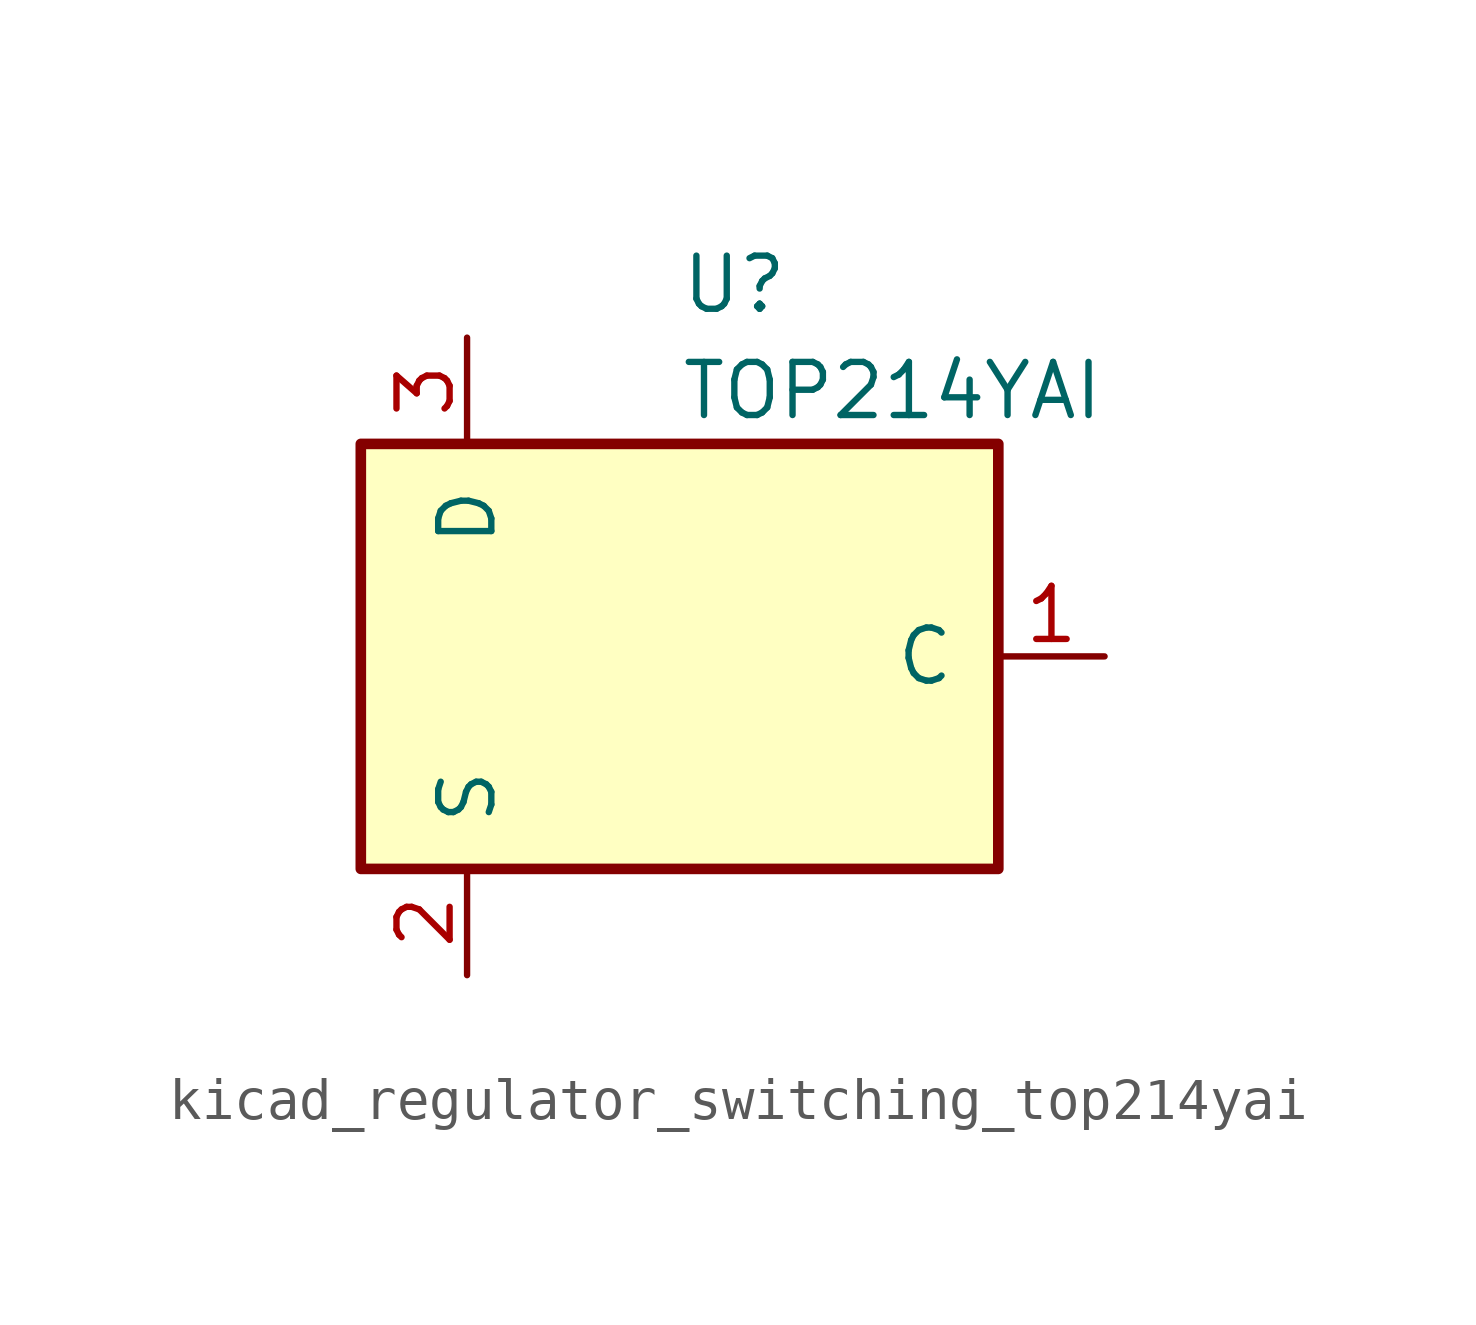
<source format=kicad_sym>
(kicad_symbol_lib
  (version 20220914)
  (generator kicad_symbol_editor)
  (symbol "kicad_regulator_switching_top214yai"
    (pin_names
      (offset 1.016))
    (property "Reference" "U"
      (at 0 8.89 0)
      (effects (font (size 1.27 1.27)) (justify left)))
    (property "Value" "TOP214YAI"
      (at 0 6.35 0)
      (effects (font (size 1.27 1.27)) (justify left)))
    (symbol "kicad_regulator_switching_top214yai_0_1"
      (rectangle (start -7.62 5.08) (end 7.62 -5.08) (stroke (width 0.254) (type default)) (fill (type background))))
    (symbol "kicad_regulator_switching_top214yai_1_1"
      (pin input line (at 10.16 0 180) (length 2.54) (name "C" (effects (font (size 1.27 1.27)))) (number "1" (effects (font (size 1.27 1.27)))))
      (pin power_in line (at -5.08 -7.62 90) (length 2.54) (name "S" (effects (font (size 1.27 1.27)))) (number "2" (effects (font (size 1.27 1.27)))))
      (pin open_collector line (at -5.08 7.62 270) (length 2.54) (name "D" (effects (font (size 1.27 1.27)))) (number "3" (effects (font (size 1.27 1.27))))))))
</source>
